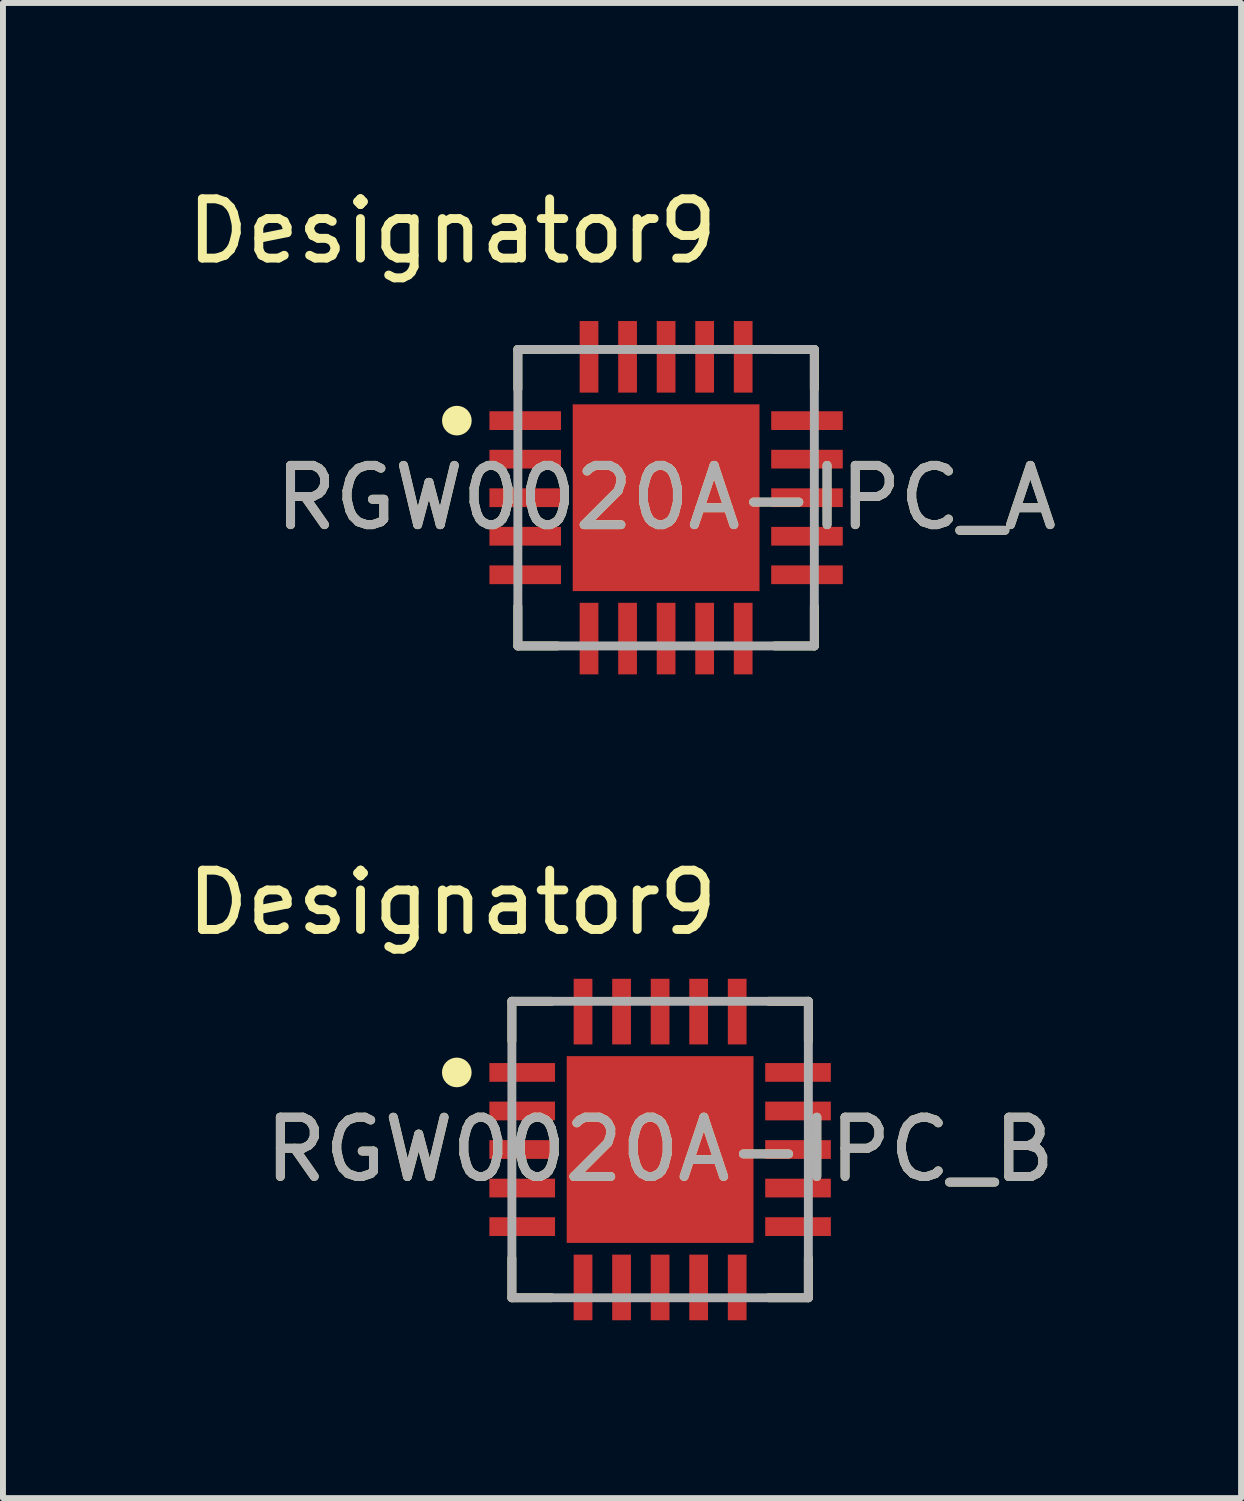
<source format=kicad_pcb>
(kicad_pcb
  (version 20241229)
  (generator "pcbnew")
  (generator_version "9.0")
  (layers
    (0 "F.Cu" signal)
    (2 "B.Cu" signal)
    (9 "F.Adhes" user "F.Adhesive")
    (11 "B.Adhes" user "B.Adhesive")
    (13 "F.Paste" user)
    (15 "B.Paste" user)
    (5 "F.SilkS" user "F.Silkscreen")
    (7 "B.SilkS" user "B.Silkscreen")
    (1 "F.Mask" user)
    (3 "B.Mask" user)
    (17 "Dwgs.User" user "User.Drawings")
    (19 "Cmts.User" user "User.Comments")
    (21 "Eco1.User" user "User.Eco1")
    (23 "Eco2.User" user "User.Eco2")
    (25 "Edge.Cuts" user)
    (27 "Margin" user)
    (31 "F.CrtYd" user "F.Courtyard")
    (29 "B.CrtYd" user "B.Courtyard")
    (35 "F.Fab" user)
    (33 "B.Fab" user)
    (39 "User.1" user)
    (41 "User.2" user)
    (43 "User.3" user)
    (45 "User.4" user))
  (footprint "RGW0020A-IPC_B"
    (layer "F.Cu")
    (at 8.083 16.337)
    (property "Reference" "RGW0020A-IPC_B" (at 0 0 0) (unlocked yes) (layer "F.SilkS") (effects (font (size 1 1) (thickness 0.15))))
    (attr smd)
    (fp_line (start -2.5 -2.5) (end -1.833 -2.5) (stroke (width 0.15) (type solid)) (layer "F.SilkS"))
    (fp_line (start -2.5 -1.833) (end -2.5 -2.5) (stroke (width 0.15) (type solid)) (layer "F.SilkS"))
    (fp_line (start -2.5 2.5) (end -2.5 1.833) (stroke (width 0.15) (type solid)) (layer "F.SilkS"))
    (fp_line (start -2.5 2.5) (end -1.833 2.5) (stroke (width 0.15) (type solid)) (layer "F.SilkS"))
    (fp_line (start 1.833 -2.5) (end 2.5 -2.5) (stroke (width 0.15) (type solid)) (layer "F.SilkS"))
    (fp_line (start 1.833 2.5) (end 2.5 2.5) (stroke (width 0.15) (type solid)) (layer "F.SilkS"))
    (fp_line (start 2.5 -1.833) (end 2.5 -2.5) (stroke (width 0.15) (type solid)) (layer "F.SilkS"))
    (fp_line (start 2.5 2.5) (end 2.5 1.833) (stroke (width 0.15) (type solid)) (layer "F.SilkS"))
    (fp_circle (center -3.429 -1.3) (end -3.304 -1.3) (stroke (width 0.25) (type solid)) (fill no) (layer "F.SilkS"))
    (fp_poly (pts (xy -0.996 0.996) (xy 0.996 0.996) (xy 0.996 -0.996) (xy -0.996 -0.996)) (stroke (width 0) (type solid)) (fill yes) (layer "F.Paste"))
    (fp_line (start -2.5 -2.5) (end 2.5 -2.5) (stroke (width 0.15) (type solid)) (layer "F.Fab"))
    (fp_line (start -2.5 2.5) (end -2.5 -2.5) (stroke (width 0.15) (type solid)) (layer "F.Fab"))
    (fp_line (start -2.5 2.5) (end 2.5 2.5) (stroke (width 0.15) (type solid)) (layer "F.Fab"))
    (fp_line (start 2.5 2.5) (end 2.5 -2.5) (stroke (width 0.15) (type solid)) (layer "F.Fab"))
    (fp_text user "Designator9" (at -3.505 -4.166 0) (unlocked yes) (layer "F.SilkS") (effects (font (size 1 1) (thickness 0.15))))
    (fp_text user "${REFERENCE}" (at 0 0 0) (unlocked yes) (layer "F.Fab") (effects (font (size 1 1) (thickness 0.15))))
    (pad "1" smd rect (at -2.326 -1.3 90) (size 0.316 1.107) (layers "F.Cu" "F.Mask" "F.Paste"))
    (pad "2" smd rect (at -2.326 -0.65 90) (size 0.316 1.107) (layers "F.Cu" "F.Mask" "F.Paste"))
    (pad "3" smd rect (at -2.326 0 90) (size 0.316 1.107) (layers "F.Cu" "F.Mask" "F.Paste"))
    (pad "4" smd rect (at -2.326 0.65 90) (size 0.316 1.107) (layers "F.Cu" "F.Mask" "F.Paste"))
    (pad "5" smd rect (at -2.326 1.3 90) (size 0.316 1.107) (layers "F.Cu" "F.Mask" "F.Paste"))
    (pad "6" smd rect (at -1.3 2.326) (size 0.316 1.107) (layers "F.Cu" "F.Mask" "F.Paste"))
    (pad "7" smd rect (at -0.65 2.326) (size 0.316 1.107) (layers "F.Cu" "F.Mask" "F.Paste"))
    (pad "8" smd rect (at 0 2.326) (size 0.316 1.107) (layers "F.Cu" "F.Mask" "F.Paste"))
    (pad "9" smd rect (at 0.65 2.326) (size 0.316 1.107) (layers "F.Cu" "F.Mask" "F.Paste"))
    (pad "10" smd rect (at 1.3 2.326) (size 0.316 1.107) (layers "F.Cu" "F.Mask" "F.Paste"))
    (pad "11" smd rect (at 2.326 1.3 90) (size 0.316 1.107) (layers "F.Cu" "F.Mask" "F.Paste"))
    (pad "12" smd rect (at 2.326 0.65 90) (size 0.316 1.107) (layers "F.Cu" "F.Mask" "F.Paste"))
    (pad "13" smd rect (at 2.326 0 90) (size 0.316 1.107) (layers "F.Cu" "F.Mask" "F.Paste"))
    (pad "14" smd rect (at 2.326 -0.65 90) (size 0.316 1.107) (layers "F.Cu" "F.Mask" "F.Paste"))
    (pad "15" smd rect (at 2.326 -1.3 90) (size 0.316 1.107) (layers "F.Cu" "F.Mask" "F.Paste"))
    (pad "16" smd rect (at 1.3 -2.326) (size 0.316 1.107) (layers "F.Cu" "F.Mask" "F.Paste"))
    (pad "17" smd rect (at 0.65 -2.326) (size 0.316 1.107) (layers "F.Cu" "F.Mask" "F.Paste"))
    (pad "18" smd rect (at 0 -2.326) (size 0.316 1.107) (layers "F.Cu" "F.Mask" "F.Paste"))
    (pad "19" smd rect (at -0.65 -2.326) (size 0.316 1.107) (layers "F.Cu" "F.Mask" "F.Paste"))
    (pad "20" smd rect (at -1.3 -2.326) (size 0.316 1.107) (layers "F.Cu" "F.Mask" "F.Paste"))
    (pad "21" smd rect (at 0 0) (size 3.15 3.15) (layers "F.Cu" "F.Mask")))
  (footprint "RGW0020A-IPC_A"
    (layer "F.Cu")
    (at 8.184 5.344)
    (property "Reference" "RGW0020A-IPC_A" (at 0 0 0) (unlocked yes) (layer "F.SilkS") (effects (font (size 1 1) (thickness 0.15))))
    (attr smd)
    (fp_line (start -2.5 -2.5) (end -1.833 -2.5) (stroke (width 0.15) (type solid)) (layer "F.SilkS"))
    (fp_line (start -2.5 -1.833) (end -2.5 -2.5) (stroke (width 0.15) (type solid)) (layer "F.SilkS"))
    (fp_line (start -2.5 2.5) (end -2.5 1.833) (stroke (width 0.15) (type solid)) (layer "F.SilkS"))
    (fp_line (start -2.5 2.5) (end -1.833 2.5) (stroke (width 0.15) (type solid)) (layer "F.SilkS"))
    (fp_line (start 1.833 -2.5) (end 2.5 -2.5) (stroke (width 0.15) (type solid)) (layer "F.SilkS"))
    (fp_line (start 1.833 2.5) (end 2.5 2.5) (stroke (width 0.15) (type solid)) (layer "F.SilkS"))
    (fp_line (start 2.5 -1.833) (end 2.5 -2.5) (stroke (width 0.15) (type solid)) (layer "F.SilkS"))
    (fp_line (start 2.5 2.5) (end 2.5 1.833) (stroke (width 0.15) (type solid)) (layer "F.SilkS"))
    (fp_circle (center -3.529 -1.3) (end -3.404 -1.3) (stroke (width 0.25) (type solid)) (fill no) (layer "F.SilkS"))
    (fp_poly (pts (xy -0.996 0.996) (xy 0.996 0.996) (xy 0.996 -0.996) (xy -0.996 -0.996)) (stroke (width 0) (type solid)) (fill yes) (layer "F.Paste"))
    (fp_line (start -2.5 -2.5) (end 2.5 -2.5) (stroke (width 0.15) (type solid)) (layer "F.Fab"))
    (fp_line (start -2.5 2.5) (end -2.5 -2.5) (stroke (width 0.15) (type solid)) (layer "F.Fab"))
    (fp_line (start -2.5 2.5) (end 2.5 2.5) (stroke (width 0.15) (type solid)) (layer "F.Fab"))
    (fp_line (start 2.5 2.5) (end 2.5 -2.5) (stroke (width 0.15) (type solid)) (layer "F.Fab"))
    (fp_text user "Designator9" (at -3.607 -4.496 0) (unlocked yes) (layer "F.SilkS") (effects (font (size 1 1) (thickness 0.15))))
    (fp_text user "${REFERENCE}" (at 0 0 0) (unlocked yes) (layer "F.Fab") (effects (font (size 1 1) (thickness 0.15))))
    (pad "1" smd rect (at -2.376 -1.3 90) (size 0.316 1.207) (layers "F.Cu" "F.Mask" "F.Paste"))
    (pad "2" smd rect (at -2.376 -0.65 90) (size 0.316 1.207) (layers "F.Cu" "F.Mask" "F.Paste"))
    (pad "3" smd rect (at -2.376 0 90) (size 0.316 1.207) (layers "F.Cu" "F.Mask" "F.Paste"))
    (pad "4" smd rect (at -2.376 0.65 90) (size 0.316 1.207) (layers "F.Cu" "F.Mask" "F.Paste"))
    (pad "5" smd rect (at -2.376 1.3 90) (size 0.316 1.207) (layers "F.Cu" "F.Mask" "F.Paste"))
    (pad "6" smd rect (at -1.3 2.376) (size 0.316 1.207) (layers "F.Cu" "F.Mask" "F.Paste"))
    (pad "7" smd rect (at -0.65 2.376) (size 0.316 1.207) (layers "F.Cu" "F.Mask" "F.Paste"))
    (pad "8" smd rect (at 0 2.376) (size 0.316 1.207) (layers "F.Cu" "F.Mask" "F.Paste"))
    (pad "9" smd rect (at 0.65 2.376) (size 0.316 1.207) (layers "F.Cu" "F.Mask" "F.Paste"))
    (pad "10" smd rect (at 1.3 2.376) (size 0.316 1.207) (layers "F.Cu" "F.Mask" "F.Paste"))
    (pad "11" smd rect (at 2.376 1.3 90) (size 0.316 1.207) (layers "F.Cu" "F.Mask" "F.Paste"))
    (pad "12" smd rect (at 2.376 0.65 90) (size 0.316 1.207) (layers "F.Cu" "F.Mask" "F.Paste"))
    (pad "13" smd rect (at 2.376 0 90) (size 0.316 1.207) (layers "F.Cu" "F.Mask" "F.Paste"))
    (pad "14" smd rect (at 2.376 -0.65 90) (size 0.316 1.207) (layers "F.Cu" "F.Mask" "F.Paste"))
    (pad "15" smd rect (at 2.376 -1.3 90) (size 0.316 1.207) (layers "F.Cu" "F.Mask" "F.Paste"))
    (pad "16" smd rect (at 1.3 -2.376) (size 0.316 1.207) (layers "F.Cu" "F.Mask" "F.Paste"))
    (pad "17" smd rect (at 0.65 -2.376) (size 0.316 1.207) (layers "F.Cu" "F.Mask" "F.Paste"))
    (pad "18" smd rect (at 0 -2.376) (size 0.316 1.207) (layers "F.Cu" "F.Mask" "F.Paste"))
    (pad "19" smd rect (at -0.65 -2.376) (size 0.316 1.207) (layers "F.Cu" "F.Mask" "F.Paste"))
    (pad "20" smd rect (at -1.3 -2.376) (size 0.316 1.207) (layers "F.Cu" "F.Mask" "F.Paste"))
    (pad "21" smd rect (at 0 0) (size 3.15 3.15) (layers "F.Cu" "F.Mask")))
  (gr_rect
    (start -3 -3)
    (end 17.881 22.216)
    (stroke (width 0.1) (type default))
    (fill no)
    (layer "Edge.Cuts")))
</source>
